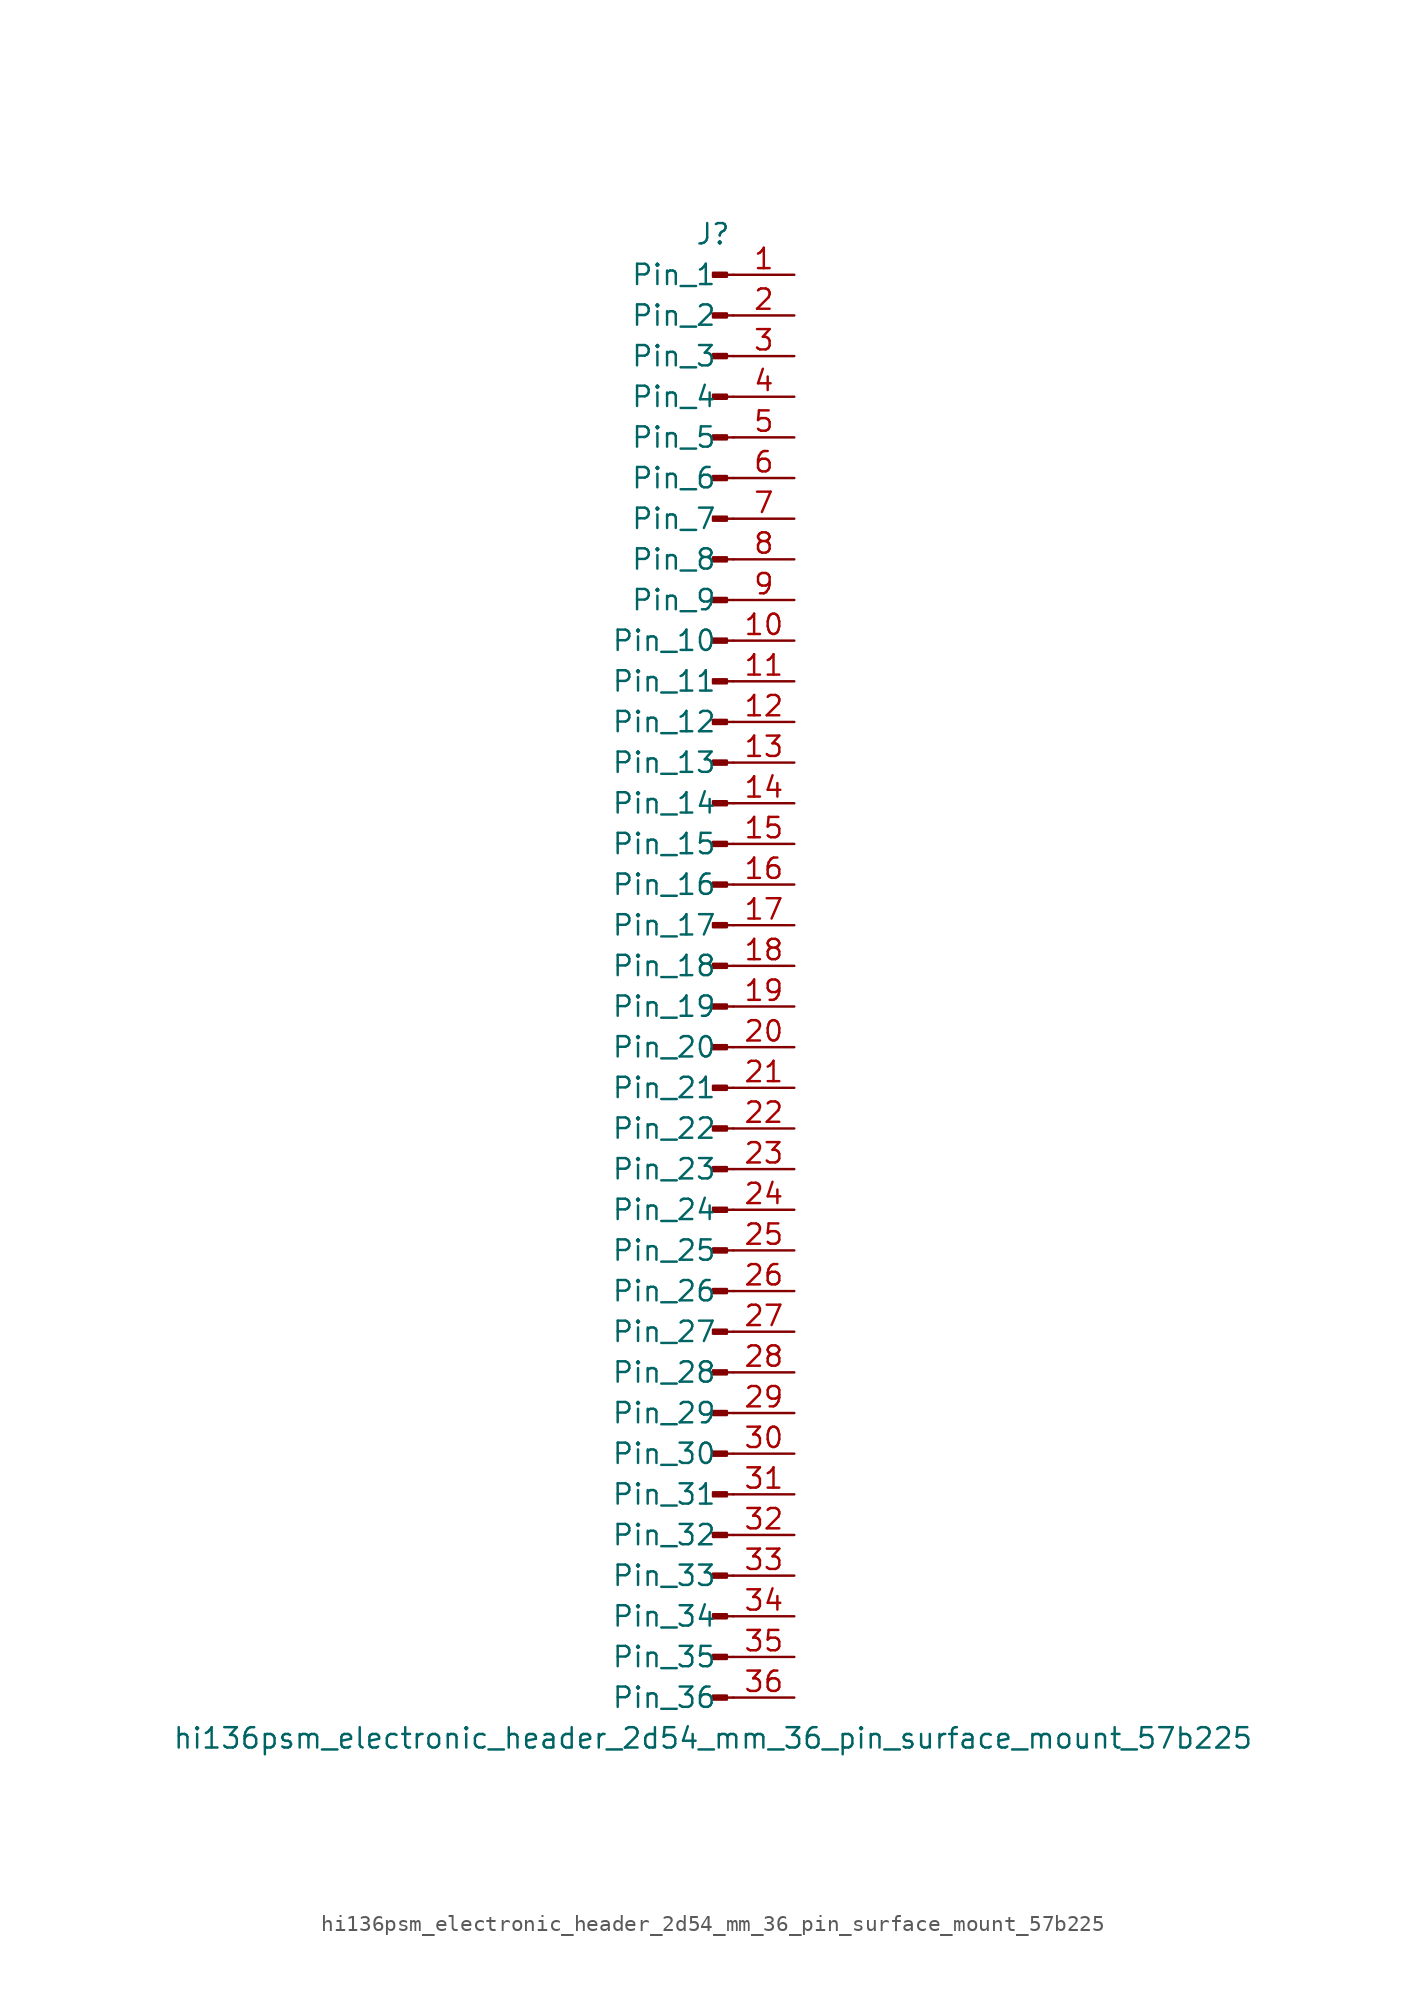
<source format=kicad_sym>
(kicad_symbol_lib
  (version 20220914)
  (generator kicad_symbol_editor)
  (symbol "hi136psm_electronic_header_2d54_mm_36_pin_surface_mount_57b225"
    (pin_names
      (offset 1.016))
    (property "Reference" "J"
      (at 0 45.72 0)
      (effects (font (size 1.27 1.27))))
    (property "Value" "hi136psm_electronic_header_2d54_mm_36_pin_surface_mount_57b225"
      (at 0 -48.26 0)
      (effects (font (size 1.27 1.27))))
    (property "ki_locked" ""
      (at 0 0 0)
      (effects (font (size 1.27 1.27))))
    (symbol "hi136psm_electronic_header_2d54_mm_36_pin_surface_mount_57b225_1_1"
      (polyline (pts (xy 1.27 -45.72) (xy 0.864 -45.72)) (stroke (width 0.152) (type default)) (fill (type none)))
      (polyline (pts (xy 1.27 -43.18) (xy 0.864 -43.18)) (stroke (width 0.152) (type default)) (fill (type none)))
      (polyline (pts (xy 1.27 -40.64) (xy 0.864 -40.64)) (stroke (width 0.152) (type default)) (fill (type none)))
      (polyline (pts (xy 1.27 -38.1) (xy 0.864 -38.1)) (stroke (width 0.152) (type default)) (fill (type none)))
      (polyline (pts (xy 1.27 -35.56) (xy 0.864 -35.56)) (stroke (width 0.152) (type default)) (fill (type none)))
      (polyline (pts (xy 1.27 -33.02) (xy 0.864 -33.02)) (stroke (width 0.152) (type default)) (fill (type none)))
      (polyline (pts (xy 1.27 -30.48) (xy 0.864 -30.48)) (stroke (width 0.152) (type default)) (fill (type none)))
      (polyline (pts (xy 1.27 -27.94) (xy 0.864 -27.94)) (stroke (width 0.152) (type default)) (fill (type none)))
      (polyline (pts (xy 1.27 -25.4) (xy 0.864 -25.4)) (stroke (width 0.152) (type default)) (fill (type none)))
      (polyline (pts (xy 1.27 -22.86) (xy 0.864 -22.86)) (stroke (width 0.152) (type default)) (fill (type none)))
      (polyline (pts (xy 1.27 -20.32) (xy 0.864 -20.32)) (stroke (width 0.152) (type default)) (fill (type none)))
      (polyline (pts (xy 1.27 -17.78) (xy 0.864 -17.78)) (stroke (width 0.152) (type default)) (fill (type none)))
      (polyline (pts (xy 1.27 -15.24) (xy 0.864 -15.24)) (stroke (width 0.152) (type default)) (fill (type none)))
      (polyline (pts (xy 1.27 -12.7) (xy 0.864 -12.7)) (stroke (width 0.152) (type default)) (fill (type none)))
      (polyline (pts (xy 1.27 -10.16) (xy 0.864 -10.16)) (stroke (width 0.152) (type default)) (fill (type none)))
      (polyline (pts (xy 1.27 -7.62) (xy 0.864 -7.62)) (stroke (width 0.152) (type default)) (fill (type none)))
      (polyline (pts (xy 1.27 -5.08) (xy 0.864 -5.08)) (stroke (width 0.152) (type default)) (fill (type none)))
      (polyline (pts (xy 1.27 -2.54) (xy 0.864 -2.54)) (stroke (width 0.152) (type default)) (fill (type none)))
      (polyline (pts (xy 1.27 0) (xy 0.864 0)) (stroke (width 0.152) (type default)) (fill (type none)))
      (polyline (pts (xy 1.27 2.54) (xy 0.864 2.54)) (stroke (width 0.152) (type default)) (fill (type none)))
      (polyline (pts (xy 1.27 5.08) (xy 0.864 5.08)) (stroke (width 0.152) (type default)) (fill (type none)))
      (polyline (pts (xy 1.27 7.62) (xy 0.864 7.62)) (stroke (width 0.152) (type default)) (fill (type none)))
      (polyline (pts (xy 1.27 10.16) (xy 0.864 10.16)) (stroke (width 0.152) (type default)) (fill (type none)))
      (polyline (pts (xy 1.27 12.7) (xy 0.864 12.7)) (stroke (width 0.152) (type default)) (fill (type none)))
      (polyline (pts (xy 1.27 15.24) (xy 0.864 15.24)) (stroke (width 0.152) (type default)) (fill (type none)))
      (polyline (pts (xy 1.27 17.78) (xy 0.864 17.78)) (stroke (width 0.152) (type default)) (fill (type none)))
      (polyline (pts (xy 1.27 20.32) (xy 0.864 20.32)) (stroke (width 0.152) (type default)) (fill (type none)))
      (polyline (pts (xy 1.27 22.86) (xy 0.864 22.86)) (stroke (width 0.152) (type default)) (fill (type none)))
      (polyline (pts (xy 1.27 25.4) (xy 0.864 25.4)) (stroke (width 0.152) (type default)) (fill (type none)))
      (polyline (pts (xy 1.27 27.94) (xy 0.864 27.94)) (stroke (width 0.152) (type default)) (fill (type none)))
      (polyline (pts (xy 1.27 30.48) (xy 0.864 30.48)) (stroke (width 0.152) (type default)) (fill (type none)))
      (polyline (pts (xy 1.27 33.02) (xy 0.864 33.02)) (stroke (width 0.152) (type default)) (fill (type none)))
      (polyline (pts (xy 1.27 35.56) (xy 0.864 35.56)) (stroke (width 0.152) (type default)) (fill (type none)))
      (polyline (pts (xy 1.27 38.1) (xy 0.864 38.1)) (stroke (width 0.152) (type default)) (fill (type none)))
      (polyline (pts (xy 1.27 40.64) (xy 0.864 40.64)) (stroke (width 0.152) (type default)) (fill (type none)))
      (polyline (pts (xy 1.27 43.18) (xy 0.864 43.18)) (stroke (width 0.152) (type default)) (fill (type none)))
      (rectangle (start 0.864 -45.593) (end 0 -45.847) (stroke (width 0.152) (type default)) (fill (type outline)))
      (rectangle (start 0.864 -43.053) (end 0 -43.307) (stroke (width 0.152) (type default)) (fill (type outline)))
      (rectangle (start 0.864 -40.513) (end 0 -40.767) (stroke (width 0.152) (type default)) (fill (type outline)))
      (rectangle (start 0.864 -37.973) (end 0 -38.227) (stroke (width 0.152) (type default)) (fill (type outline)))
      (rectangle (start 0.864 -35.433) (end 0 -35.687) (stroke (width 0.152) (type default)) (fill (type outline)))
      (rectangle (start 0.864 -32.893) (end 0 -33.147) (stroke (width 0.152) (type default)) (fill (type outline)))
      (rectangle (start 0.864 -30.353) (end 0 -30.607) (stroke (width 0.152) (type default)) (fill (type outline)))
      (rectangle (start 0.864 -27.813) (end 0 -28.067) (stroke (width 0.152) (type default)) (fill (type outline)))
      (rectangle (start 0.864 -25.273) (end 0 -25.527) (stroke (width 0.152) (type default)) (fill (type outline)))
      (rectangle (start 0.864 -22.733) (end 0 -22.987) (stroke (width 0.152) (type default)) (fill (type outline)))
      (rectangle (start 0.864 -20.193) (end 0 -20.447) (stroke (width 0.152) (type default)) (fill (type outline)))
      (rectangle (start 0.864 -17.653) (end 0 -17.907) (stroke (width 0.152) (type default)) (fill (type outline)))
      (rectangle (start 0.864 -15.113) (end 0 -15.367) (stroke (width 0.152) (type default)) (fill (type outline)))
      (rectangle (start 0.864 -12.573) (end 0 -12.827) (stroke (width 0.152) (type default)) (fill (type outline)))
      (rectangle (start 0.864 -10.033) (end 0 -10.287) (stroke (width 0.152) (type default)) (fill (type outline)))
      (rectangle (start 0.864 -7.493) (end 0 -7.747) (stroke (width 0.152) (type default)) (fill (type outline)))
      (rectangle (start 0.864 -4.953) (end 0 -5.207) (stroke (width 0.152) (type default)) (fill (type outline)))
      (rectangle (start 0.864 -2.413) (end 0 -2.667) (stroke (width 0.152) (type default)) (fill (type outline)))
      (rectangle (start 0.864 0.127) (end 0 -0.127) (stroke (width 0.152) (type default)) (fill (type outline)))
      (rectangle (start 0.864 2.667) (end 0 2.413) (stroke (width 0.152) (type default)) (fill (type outline)))
      (rectangle (start 0.864 5.207) (end 0 4.953) (stroke (width 0.152) (type default)) (fill (type outline)))
      (rectangle (start 0.864 7.747) (end 0 7.493) (stroke (width 0.152) (type default)) (fill (type outline)))
      (rectangle (start 0.864 10.287) (end 0 10.033) (stroke (width 0.152) (type default)) (fill (type outline)))
      (rectangle (start 0.864 12.827) (end 0 12.573) (stroke (width 0.152) (type default)) (fill (type outline)))
      (rectangle (start 0.864 15.367) (end 0 15.113) (stroke (width 0.152) (type default)) (fill (type outline)))
      (rectangle (start 0.864 17.907) (end 0 17.653) (stroke (width 0.152) (type default)) (fill (type outline)))
      (rectangle (start 0.864 20.447) (end 0 20.193) (stroke (width 0.152) (type default)) (fill (type outline)))
      (rectangle (start 0.864 22.987) (end 0 22.733) (stroke (width 0.152) (type default)) (fill (type outline)))
      (rectangle (start 0.864 25.527) (end 0 25.273) (stroke (width 0.152) (type default)) (fill (type outline)))
      (rectangle (start 0.864 28.067) (end 0 27.813) (stroke (width 0.152) (type default)) (fill (type outline)))
      (rectangle (start 0.864 30.607) (end 0 30.353) (stroke (width 0.152) (type default)) (fill (type outline)))
      (rectangle (start 0.864 33.147) (end 0 32.893) (stroke (width 0.152) (type default)) (fill (type outline)))
      (rectangle (start 0.864 35.687) (end 0 35.433) (stroke (width 0.152) (type default)) (fill (type outline)))
      (rectangle (start 0.864 38.227) (end 0 37.973) (stroke (width 0.152) (type default)) (fill (type outline)))
      (rectangle (start 0.864 40.767) (end 0 40.513) (stroke (width 0.152) (type default)) (fill (type outline)))
      (rectangle (start 0.864 43.307) (end 0 43.053) (stroke (width 0.152) (type default)) (fill (type outline)))
      (pin passive line (at 5.08 43.18 180) (length 3.81) (name "Pin_1" (effects (font (size 1.27 1.27)))) (number "1" (effects (font (size 1.27 1.27)))))
      (pin passive line (at 5.08 20.32 180) (length 3.81) (name "Pin_10" (effects (font (size 1.27 1.27)))) (number "10" (effects (font (size 1.27 1.27)))))
      (pin passive line (at 5.08 17.78 180) (length 3.81) (name "Pin_11" (effects (font (size 1.27 1.27)))) (number "11" (effects (font (size 1.27 1.27)))))
      (pin passive line (at 5.08 15.24 180) (length 3.81) (name "Pin_12" (effects (font (size 1.27 1.27)))) (number "12" (effects (font (size 1.27 1.27)))))
      (pin passive line (at 5.08 12.7 180) (length 3.81) (name "Pin_13" (effects (font (size 1.27 1.27)))) (number "13" (effects (font (size 1.27 1.27)))))
      (pin passive line (at 5.08 10.16 180) (length 3.81) (name "Pin_14" (effects (font (size 1.27 1.27)))) (number "14" (effects (font (size 1.27 1.27)))))
      (pin passive line (at 5.08 7.62 180) (length 3.81) (name "Pin_15" (effects (font (size 1.27 1.27)))) (number "15" (effects (font (size 1.27 1.27)))))
      (pin passive line (at 5.08 5.08 180) (length 3.81) (name "Pin_16" (effects (font (size 1.27 1.27)))) (number "16" (effects (font (size 1.27 1.27)))))
      (pin passive line (at 5.08 2.54 180) (length 3.81) (name "Pin_17" (effects (font (size 1.27 1.27)))) (number "17" (effects (font (size 1.27 1.27)))))
      (pin passive line (at 5.08 0 180) (length 3.81) (name "Pin_18" (effects (font (size 1.27 1.27)))) (number "18" (effects (font (size 1.27 1.27)))))
      (pin passive line (at 5.08 -2.54 180) (length 3.81) (name "Pin_19" (effects (font (size 1.27 1.27)))) (number "19" (effects (font (size 1.27 1.27)))))
      (pin passive line (at 5.08 40.64 180) (length 3.81) (name "Pin_2" (effects (font (size 1.27 1.27)))) (number "2" (effects (font (size 1.27 1.27)))))
      (pin passive line (at 5.08 -5.08 180) (length 3.81) (name "Pin_20" (effects (font (size 1.27 1.27)))) (number "20" (effects (font (size 1.27 1.27)))))
      (pin passive line (at 5.08 -7.62 180) (length 3.81) (name "Pin_21" (effects (font (size 1.27 1.27)))) (number "21" (effects (font (size 1.27 1.27)))))
      (pin passive line (at 5.08 -10.16 180) (length 3.81) (name "Pin_22" (effects (font (size 1.27 1.27)))) (number "22" (effects (font (size 1.27 1.27)))))
      (pin passive line (at 5.08 -12.7 180) (length 3.81) (name "Pin_23" (effects (font (size 1.27 1.27)))) (number "23" (effects (font (size 1.27 1.27)))))
      (pin passive line (at 5.08 -15.24 180) (length 3.81) (name "Pin_24" (effects (font (size 1.27 1.27)))) (number "24" (effects (font (size 1.27 1.27)))))
      (pin passive line (at 5.08 -17.78 180) (length 3.81) (name "Pin_25" (effects (font (size 1.27 1.27)))) (number "25" (effects (font (size 1.27 1.27)))))
      (pin passive line (at 5.08 -20.32 180) (length 3.81) (name "Pin_26" (effects (font (size 1.27 1.27)))) (number "26" (effects (font (size 1.27 1.27)))))
      (pin passive line (at 5.08 -22.86 180) (length 3.81) (name "Pin_27" (effects (font (size 1.27 1.27)))) (number "27" (effects (font (size 1.27 1.27)))))
      (pin passive line (at 5.08 -25.4 180) (length 3.81) (name "Pin_28" (effects (font (size 1.27 1.27)))) (number "28" (effects (font (size 1.27 1.27)))))
      (pin passive line (at 5.08 -27.94 180) (length 3.81) (name "Pin_29" (effects (font (size 1.27 1.27)))) (number "29" (effects (font (size 1.27 1.27)))))
      (pin passive line (at 5.08 38.1 180) (length 3.81) (name "Pin_3" (effects (font (size 1.27 1.27)))) (number "3" (effects (font (size 1.27 1.27)))))
      (pin passive line (at 5.08 -30.48 180) (length 3.81) (name "Pin_30" (effects (font (size 1.27 1.27)))) (number "30" (effects (font (size 1.27 1.27)))))
      (pin passive line (at 5.08 -33.02 180) (length 3.81) (name "Pin_31" (effects (font (size 1.27 1.27)))) (number "31" (effects (font (size 1.27 1.27)))))
      (pin passive line (at 5.08 -35.56 180) (length 3.81) (name "Pin_32" (effects (font (size 1.27 1.27)))) (number "32" (effects (font (size 1.27 1.27)))))
      (pin passive line (at 5.08 -38.1 180) (length 3.81) (name "Pin_33" (effects (font (size 1.27 1.27)))) (number "33" (effects (font (size 1.27 1.27)))))
      (pin passive line (at 5.08 -40.64 180) (length 3.81) (name "Pin_34" (effects (font (size 1.27 1.27)))) (number "34" (effects (font (size 1.27 1.27)))))
      (pin passive line (at 5.08 -43.18 180) (length 3.81) (name "Pin_35" (effects (font (size 1.27 1.27)))) (number "35" (effects (font (size 1.27 1.27)))))
      (pin passive line (at 5.08 -45.72 180) (length 3.81) (name "Pin_36" (effects (font (size 1.27 1.27)))) (number "36" (effects (font (size 1.27 1.27)))))
      (pin passive line (at 5.08 35.56 180) (length 3.81) (name "Pin_4" (effects (font (size 1.27 1.27)))) (number "4" (effects (font (size 1.27 1.27)))))
      (pin passive line (at 5.08 33.02 180) (length 3.81) (name "Pin_5" (effects (font (size 1.27 1.27)))) (number "5" (effects (font (size 1.27 1.27)))))
      (pin passive line (at 5.08 30.48 180) (length 3.81) (name "Pin_6" (effects (font (size 1.27 1.27)))) (number "6" (effects (font (size 1.27 1.27)))))
      (pin passive line (at 5.08 27.94 180) (length 3.81) (name "Pin_7" (effects (font (size 1.27 1.27)))) (number "7" (effects (font (size 1.27 1.27)))))
      (pin passive line (at 5.08 25.4 180) (length 3.81) (name "Pin_8" (effects (font (size 1.27 1.27)))) (number "8" (effects (font (size 1.27 1.27)))))
      (pin passive line (at 5.08 22.86 180) (length 3.81) (name "Pin_9" (effects (font (size 1.27 1.27)))) (number "9" (effects (font (size 1.27 1.27))))))))
</source>
